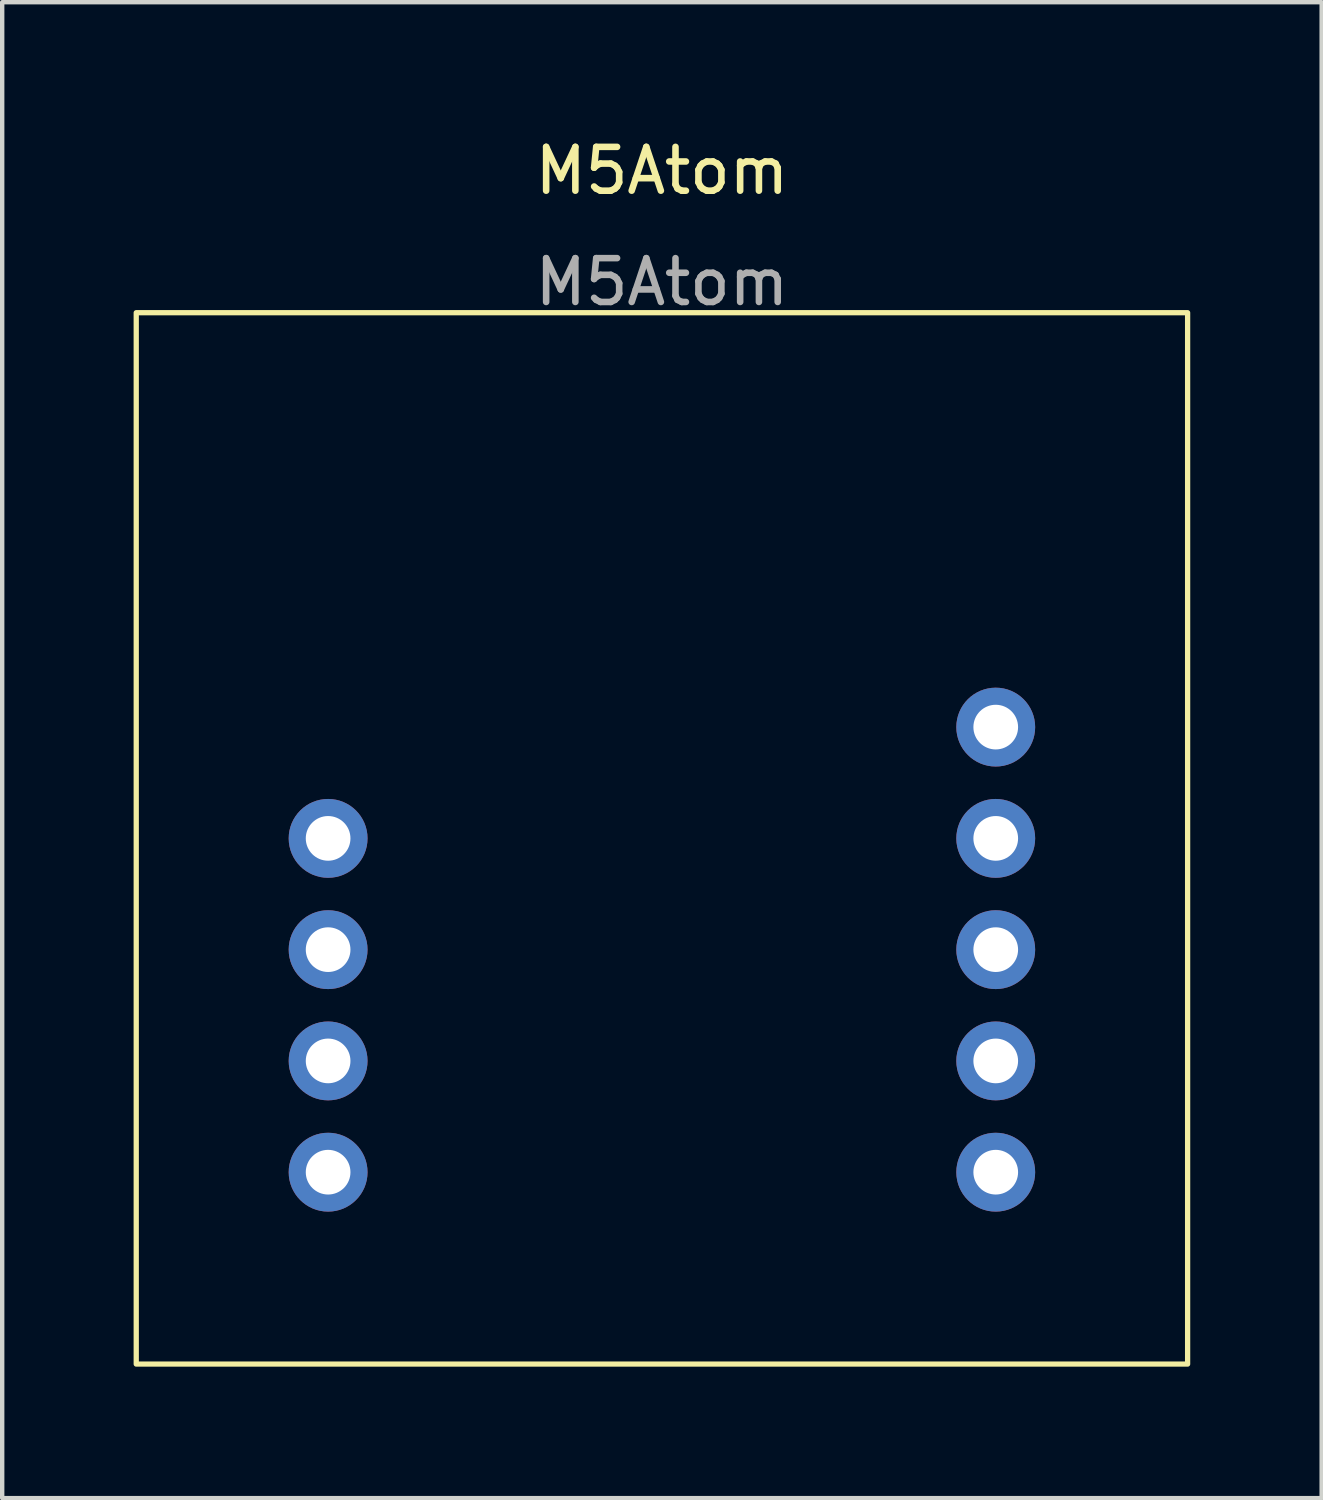
<source format=kicad_pcb>
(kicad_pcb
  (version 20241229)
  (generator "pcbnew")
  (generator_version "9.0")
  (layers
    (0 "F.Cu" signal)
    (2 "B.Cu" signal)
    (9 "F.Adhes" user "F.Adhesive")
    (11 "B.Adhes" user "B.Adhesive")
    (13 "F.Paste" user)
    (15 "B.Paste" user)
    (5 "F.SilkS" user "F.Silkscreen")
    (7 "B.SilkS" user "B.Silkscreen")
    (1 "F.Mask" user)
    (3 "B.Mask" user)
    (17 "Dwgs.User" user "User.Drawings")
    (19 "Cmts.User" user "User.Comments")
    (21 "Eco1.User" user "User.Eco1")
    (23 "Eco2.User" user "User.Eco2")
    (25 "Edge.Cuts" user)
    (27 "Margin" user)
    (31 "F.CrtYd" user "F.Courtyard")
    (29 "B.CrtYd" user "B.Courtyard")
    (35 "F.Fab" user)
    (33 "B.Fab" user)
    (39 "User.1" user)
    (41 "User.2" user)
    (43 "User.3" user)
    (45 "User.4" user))
  (footprint "M5Atom"
    (layer "F.Cu")
    (at 4.44 16.088)
    (property "Reference" "M5Atom" (at 7.62 -15.24 0) (unlocked yes) (layer "F.SilkS") (effects (font (size 1 1) (thickness 0.15))))
    (attr through_hole)
    (fp_rect (start -4.38 -12) (end 19.62 12) (stroke (width 0.12) (type solid)) (fill no) (layer "F.SilkS"))
    (fp_text user "${REFERENCE}" (at 7.62 -12.7 0) (unlocked yes) (layer "F.Fab") (effects (font (size 1 1) (thickness 0.15))))
    (pad "1" thru_hole circle (at 0 0) (size 1.8 1.8) (drill 1.02) (layers "*.Cu" "*.Mask"))
    (pad "2" thru_hole circle (at 0 2.54) (size 1.8 1.8) (drill 1.02) (layers "*.Cu" "*.Mask"))
    (pad "3" thru_hole circle (at 0 5.08) (size 1.8 1.8) (drill 1.02) (layers "*.Cu" "*.Mask"))
    (pad "4" thru_hole circle (at 0 7.62) (size 1.8 1.8) (drill 1.02) (layers "*.Cu" "*.Mask"))
    (pad "5" thru_hole circle (at 15.24 7.62) (size 1.8 1.8) (drill 1.02) (layers "*.Cu" "*.Mask"))
    (pad "6" thru_hole circle (at 15.24 5.08) (size 1.8 1.8) (drill 1.02) (layers "*.Cu" "*.Mask"))
    (pad "7" thru_hole circle (at 15.24 2.54) (size 1.8 1.8) (drill 1.02) (layers "*.Cu" "*.Mask"))
    (pad "8" thru_hole circle (at 15.24 0) (size 1.8 1.8) (drill 1.02) (layers "*.Cu" "*.Mask"))
    (pad "9" thru_hole circle (at 15.24 -2.54) (size 1.8 1.8) (drill 1.02) (layers "*.Cu" "*.Mask")))
  (gr_rect
    (start -3 -3)
    (end 27.12 31.148)
    (stroke (width 0.1) (type default))
    (fill no)
    (layer "Edge.Cuts")))
</source>
